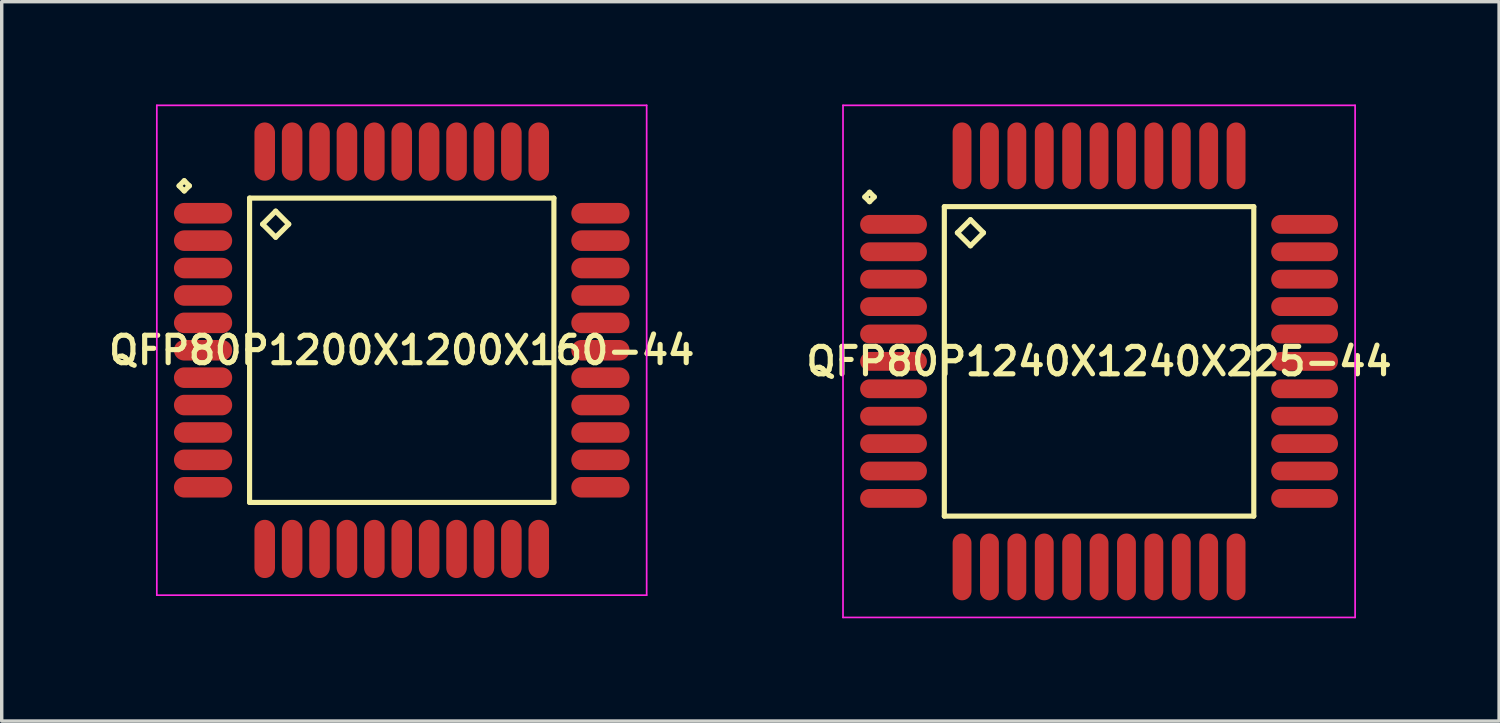
<source format=kicad_pcb>
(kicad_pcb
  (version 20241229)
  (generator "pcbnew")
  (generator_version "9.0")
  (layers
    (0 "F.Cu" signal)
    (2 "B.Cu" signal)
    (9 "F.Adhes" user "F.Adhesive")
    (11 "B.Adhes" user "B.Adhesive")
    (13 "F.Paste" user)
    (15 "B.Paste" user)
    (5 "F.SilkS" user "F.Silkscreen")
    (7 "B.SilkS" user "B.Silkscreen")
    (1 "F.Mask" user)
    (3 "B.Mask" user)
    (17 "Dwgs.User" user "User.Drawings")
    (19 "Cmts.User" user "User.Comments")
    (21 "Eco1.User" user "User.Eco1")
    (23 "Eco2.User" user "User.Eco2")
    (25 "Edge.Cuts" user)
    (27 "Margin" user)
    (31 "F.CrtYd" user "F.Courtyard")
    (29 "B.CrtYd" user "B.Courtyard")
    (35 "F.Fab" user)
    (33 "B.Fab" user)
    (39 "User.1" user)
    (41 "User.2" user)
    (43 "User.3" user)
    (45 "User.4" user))
  (footprint "QFP80P1240X1240X225-44"
    (layer "F.Cu")
    (at 29.035 7.5)
    (property "Reference" "QFP80P1240X1240X225-44" (at 0 0 0) (layer "F.SilkS") (effects (font (size 0.8 0.8) (thickness 0.15))))
    (attr smd)
    (fp_line (start -6.838 -4.8) (end -6.7 -4.938) (stroke (width 0.15) (type solid)) (layer "F.SilkS"))
    (fp_line (start -6.7 -4.938) (end -6.562 -4.8) (stroke (width 0.15) (type solid)) (layer "F.SilkS"))
    (fp_line (start -6.7 -4.662) (end -6.838 -4.8) (stroke (width 0.15) (type solid)) (layer "F.SilkS"))
    (fp_line (start -6.562 -4.8) (end -6.7 -4.662) (stroke (width 0.15) (type solid)) (layer "F.SilkS"))
    (fp_line (start -4.517 -4.517) (end -4.517 4.517) (stroke (width 0.15) (type solid)) (layer "F.SilkS"))
    (fp_line (start -4.517 4.517) (end 4.517 4.517) (stroke (width 0.15) (type solid)) (layer "F.SilkS"))
    (fp_line (start -4.136 -3.755) (end -3.755 -4.136) (stroke (width 0.15) (type solid)) (layer "F.SilkS"))
    (fp_line (start -3.755 -4.136) (end -3.374 -3.755) (stroke (width 0.15) (type solid)) (layer "F.SilkS"))
    (fp_line (start -3.755 -3.374) (end -4.136 -3.755) (stroke (width 0.15) (type solid)) (layer "F.SilkS"))
    (fp_line (start -3.374 -3.755) (end -3.755 -3.374) (stroke (width 0.15) (type solid)) (layer "F.SilkS"))
    (fp_line (start 4.517 -4.517) (end -4.517 -4.517) (stroke (width 0.15) (type solid)) (layer "F.SilkS"))
    (fp_line (start 4.517 4.517) (end 4.517 -4.517) (stroke (width 0.15) (type solid)) (layer "F.SilkS"))
    (fp_line (start -7.475 -7.475) (end 7.475 -7.475) (stroke (width 0.05) (type solid)) (layer "F.CrtYd"))
    (fp_line (start -7.475 7.475) (end -7.475 -7.475) (stroke (width 0.05) (type solid)) (layer "F.CrtYd"))
    (fp_line (start 7.475 -7.475) (end 7.475 7.475) (stroke (width 0.05) (type solid)) (layer "F.CrtYd"))
    (fp_line (start 7.475 7.475) (end -7.475 7.475) (stroke (width 0.05) (type solid)) (layer "F.CrtYd"))
    (pad "1" smd oval (at -6 -4) (size 1.95 0.55) (layers "F.Cu" "F.Mask" "F.Paste"))
    (pad "2" smd oval (at -6 -3.2) (size 1.95 0.55) (layers "F.Cu" "F.Mask" "F.Paste"))
    (pad "3" smd oval (at -6 -2.4) (size 1.95 0.55) (layers "F.Cu" "F.Mask" "F.Paste"))
    (pad "4" smd oval (at -6 -1.6) (size 1.95 0.55) (layers "F.Cu" "F.Mask" "F.Paste"))
    (pad "5" smd oval (at -6 -0.8) (size 1.95 0.55) (layers "F.Cu" "F.Mask" "F.Paste"))
    (pad "6" smd oval (at -6 0) (size 1.95 0.55) (layers "F.Cu" "F.Mask" "F.Paste"))
    (pad "7" smd oval (at -6 0.8) (size 1.95 0.55) (layers "F.Cu" "F.Mask" "F.Paste"))
    (pad "8" smd oval (at -6 1.6) (size 1.95 0.55) (layers "F.Cu" "F.Mask" "F.Paste"))
    (pad "9" smd oval (at -6 2.4) (size 1.95 0.55) (layers "F.Cu" "F.Mask" "F.Paste"))
    (pad "10" smd oval (at -6 3.2) (size 1.95 0.55) (layers "F.Cu" "F.Mask" "F.Paste"))
    (pad "11" smd oval (at -6 4) (size 1.95 0.55) (layers "F.Cu" "F.Mask" "F.Paste"))
    (pad "12" smd oval (at -4 6) (size 0.55 1.95) (layers "F.Cu" "F.Mask" "F.Paste"))
    (pad "13" smd oval (at -3.2 6) (size 0.55 1.95) (layers "F.Cu" "F.Mask" "F.Paste"))
    (pad "14" smd oval (at -2.4 6) (size 0.55 1.95) (layers "F.Cu" "F.Mask" "F.Paste"))
    (pad "15" smd oval (at -1.6 6) (size 0.55 1.95) (layers "F.Cu" "F.Mask" "F.Paste"))
    (pad "16" smd oval (at -0.8 6) (size 0.55 1.95) (layers "F.Cu" "F.Mask" "F.Paste"))
    (pad "17" smd oval (at 0 6) (size 0.55 1.95) (layers "F.Cu" "F.Mask" "F.Paste"))
    (pad "18" smd oval (at 0.8 6) (size 0.55 1.95) (layers "F.Cu" "F.Mask" "F.Paste"))
    (pad "19" smd oval (at 1.6 6) (size 0.55 1.95) (layers "F.Cu" "F.Mask" "F.Paste"))
    (pad "20" smd oval (at 2.4 6) (size 0.55 1.95) (layers "F.Cu" "F.Mask" "F.Paste"))
    (pad "21" smd oval (at 3.2 6) (size 0.55 1.95) (layers "F.Cu" "F.Mask" "F.Paste"))
    (pad "22" smd oval (at 4 6) (size 0.55 1.95) (layers "F.Cu" "F.Mask" "F.Paste"))
    (pad "23" smd oval (at 6 4) (size 1.95 0.55) (layers "F.Cu" "F.Mask" "F.Paste"))
    (pad "24" smd oval (at 6 3.2) (size 1.95 0.55) (layers "F.Cu" "F.Mask" "F.Paste"))
    (pad "25" smd oval (at 6 2.4) (size 1.95 0.55) (layers "F.Cu" "F.Mask" "F.Paste"))
    (pad "26" smd oval (at 6 1.6) (size 1.95 0.55) (layers "F.Cu" "F.Mask" "F.Paste"))
    (pad "27" smd oval (at 6 0.8) (size 1.95 0.55) (layers "F.Cu" "F.Mask" "F.Paste"))
    (pad "28" smd oval (at 6 0) (size 1.95 0.55) (layers "F.Cu" "F.Mask" "F.Paste"))
    (pad "29" smd oval (at 6 -0.8) (size 1.95 0.55) (layers "F.Cu" "F.Mask" "F.Paste"))
    (pad "30" smd oval (at 6 -1.6) (size 1.95 0.55) (layers "F.Cu" "F.Mask" "F.Paste"))
    (pad "31" smd oval (at 6 -2.4) (size 1.95 0.55) (layers "F.Cu" "F.Mask" "F.Paste"))
    (pad "32" smd oval (at 6 -3.2) (size 1.95 0.55) (layers "F.Cu" "F.Mask" "F.Paste"))
    (pad "33" smd oval (at 6 -4) (size 1.95 0.55) (layers "F.Cu" "F.Mask" "F.Paste"))
    (pad "34" smd oval (at 4 -6) (size 0.55 1.95) (layers "F.Cu" "F.Mask" "F.Paste"))
    (pad "35" smd oval (at 3.2 -6) (size 0.55 1.95) (layers "F.Cu" "F.Mask" "F.Paste"))
    (pad "36" smd oval (at 2.4 -6) (size 0.55 1.95) (layers "F.Cu" "F.Mask" "F.Paste"))
    (pad "37" smd oval (at 1.6 -6) (size 0.55 1.95) (layers "F.Cu" "F.Mask" "F.Paste"))
    (pad "38" smd oval (at 0.8 -6) (size 0.55 1.95) (layers "F.Cu" "F.Mask" "F.Paste"))
    (pad "39" smd oval (at 0 -6) (size 0.55 1.95) (layers "F.Cu" "F.Mask" "F.Paste"))
    (pad "40" smd oval (at -0.8 -6) (size 0.55 1.95) (layers "F.Cu" "F.Mask" "F.Paste"))
    (pad "41" smd oval (at -1.6 -6) (size 0.55 1.95) (layers "F.Cu" "F.Mask" "F.Paste"))
    (pad "42" smd oval (at -2.4 -6) (size 0.55 1.95) (layers "F.Cu" "F.Mask" "F.Paste"))
    (pad "43" smd oval (at -3.2 -6) (size 0.55 1.95) (layers "F.Cu" "F.Mask" "F.Paste"))
    (pad "44" smd oval (at -4 -6) (size 0.55 1.95) (layers "F.Cu" "F.Mask" "F.Paste")))
  (footprint "QFP80P1200X1200X160-44"
    (layer "F.Cu")
    (at 8.678 7.175)
    (property "Reference" "QFP80P1200X1200X160-44" (at 0 0 0) (layer "F.SilkS") (effects (font (size 0.8 0.8) (thickness 0.15))))
    (attr smd)
    (fp_line (start -6.5 -4.8) (end -6.35 -4.95) (stroke (width 0.15) (type solid)) (layer "F.SilkS"))
    (fp_line (start -6.35 -4.95) (end -6.2 -4.8) (stroke (width 0.15) (type solid)) (layer "F.SilkS"))
    (fp_line (start -6.35 -4.65) (end -6.5 -4.8) (stroke (width 0.15) (type solid)) (layer "F.SilkS"))
    (fp_line (start -6.2 -4.8) (end -6.35 -4.65) (stroke (width 0.15) (type solid)) (layer "F.SilkS"))
    (fp_line (start -4.442 -4.442) (end -4.442 4.442) (stroke (width 0.15) (type solid)) (layer "F.SilkS"))
    (fp_line (start -4.442 4.442) (end 4.442 4.442) (stroke (width 0.15) (type solid)) (layer "F.SilkS"))
    (fp_line (start -4.061 -3.68) (end -3.68 -4.061) (stroke (width 0.15) (type solid)) (layer "F.SilkS"))
    (fp_line (start -3.68 -4.061) (end -3.299 -3.68) (stroke (width 0.15) (type solid)) (layer "F.SilkS"))
    (fp_line (start -3.68 -3.299) (end -4.061 -3.68) (stroke (width 0.15) (type solid)) (layer "F.SilkS"))
    (fp_line (start -3.299 -3.68) (end -3.68 -3.299) (stroke (width 0.15) (type solid)) (layer "F.SilkS"))
    (fp_line (start 4.442 -4.442) (end -4.442 -4.442) (stroke (width 0.15) (type solid)) (layer "F.SilkS"))
    (fp_line (start 4.442 4.442) (end 4.442 -4.442) (stroke (width 0.15) (type solid)) (layer "F.SilkS"))
    (fp_line (start -7.15 -7.15) (end 7.15 -7.15) (stroke (width 0.05) (type solid)) (layer "F.CrtYd"))
    (fp_line (start -7.15 7.15) (end -7.15 -7.15) (stroke (width 0.05) (type solid)) (layer "F.CrtYd"))
    (fp_line (start 7.15 -7.15) (end 7.15 7.15) (stroke (width 0.05) (type solid)) (layer "F.CrtYd"))
    (fp_line (start 7.15 7.15) (end -7.15 7.15) (stroke (width 0.05) (type solid)) (layer "F.CrtYd"))
    (pad "1" smd oval (at -5.8 -4) (size 1.7 0.6) (layers "F.Cu" "F.Mask" "F.Paste"))
    (pad "2" smd oval (at -5.8 -3.2) (size 1.7 0.6) (layers "F.Cu" "F.Mask" "F.Paste"))
    (pad "3" smd oval (at -5.8 -2.4) (size 1.7 0.6) (layers "F.Cu" "F.Mask" "F.Paste"))
    (pad "4" smd oval (at -5.8 -1.6) (size 1.7 0.6) (layers "F.Cu" "F.Mask" "F.Paste"))
    (pad "5" smd oval (at -5.8 -0.8) (size 1.7 0.6) (layers "F.Cu" "F.Mask" "F.Paste"))
    (pad "6" smd oval (at -5.8 0) (size 1.7 0.6) (layers "F.Cu" "F.Mask" "F.Paste"))
    (pad "7" smd oval (at -5.8 0.8) (size 1.7 0.6) (layers "F.Cu" "F.Mask" "F.Paste"))
    (pad "8" smd oval (at -5.8 1.6) (size 1.7 0.6) (layers "F.Cu" "F.Mask" "F.Paste"))
    (pad "9" smd oval (at -5.8 2.4) (size 1.7 0.6) (layers "F.Cu" "F.Mask" "F.Paste"))
    (pad "10" smd oval (at -5.8 3.2) (size 1.7 0.6) (layers "F.Cu" "F.Mask" "F.Paste"))
    (pad "11" smd oval (at -5.8 4) (size 1.7 0.6) (layers "F.Cu" "F.Mask" "F.Paste"))
    (pad "12" smd oval (at -4 5.8) (size 0.6 1.7) (layers "F.Cu" "F.Mask" "F.Paste"))
    (pad "13" smd oval (at -3.2 5.8) (size 0.6 1.7) (layers "F.Cu" "F.Mask" "F.Paste"))
    (pad "14" smd oval (at -2.4 5.8) (size 0.6 1.7) (layers "F.Cu" "F.Mask" "F.Paste"))
    (pad "15" smd oval (at -1.6 5.8) (size 0.6 1.7) (layers "F.Cu" "F.Mask" "F.Paste"))
    (pad "16" smd oval (at -0.8 5.8) (size 0.6 1.7) (layers "F.Cu" "F.Mask" "F.Paste"))
    (pad "17" smd oval (at 0 5.8) (size 0.6 1.7) (layers "F.Cu" "F.Mask" "F.Paste"))
    (pad "18" smd oval (at 0.8 5.8) (size 0.6 1.7) (layers "F.Cu" "F.Mask" "F.Paste"))
    (pad "19" smd oval (at 1.6 5.8) (size 0.6 1.7) (layers "F.Cu" "F.Mask" "F.Paste"))
    (pad "20" smd oval (at 2.4 5.8) (size 0.6 1.7) (layers "F.Cu" "F.Mask" "F.Paste"))
    (pad "21" smd oval (at 3.2 5.8) (size 0.6 1.7) (layers "F.Cu" "F.Mask" "F.Paste"))
    (pad "22" smd oval (at 4 5.8) (size 0.6 1.7) (layers "F.Cu" "F.Mask" "F.Paste"))
    (pad "23" smd oval (at 5.8 4) (size 1.7 0.6) (layers "F.Cu" "F.Mask" "F.Paste"))
    (pad "24" smd oval (at 5.8 3.2) (size 1.7 0.6) (layers "F.Cu" "F.Mask" "F.Paste"))
    (pad "25" smd oval (at 5.8 2.4) (size 1.7 0.6) (layers "F.Cu" "F.Mask" "F.Paste"))
    (pad "26" smd oval (at 5.8 1.6) (size 1.7 0.6) (layers "F.Cu" "F.Mask" "F.Paste"))
    (pad "27" smd oval (at 5.8 0.8) (size 1.7 0.6) (layers "F.Cu" "F.Mask" "F.Paste"))
    (pad "28" smd oval (at 5.8 0) (size 1.7 0.6) (layers "F.Cu" "F.Mask" "F.Paste"))
    (pad "29" smd oval (at 5.8 -0.8) (size 1.7 0.6) (layers "F.Cu" "F.Mask" "F.Paste"))
    (pad "30" smd oval (at 5.8 -1.6) (size 1.7 0.6) (layers "F.Cu" "F.Mask" "F.Paste"))
    (pad "31" smd oval (at 5.8 -2.4) (size 1.7 0.6) (layers "F.Cu" "F.Mask" "F.Paste"))
    (pad "32" smd oval (at 5.8 -3.2) (size 1.7 0.6) (layers "F.Cu" "F.Mask" "F.Paste"))
    (pad "33" smd oval (at 5.8 -4) (size 1.7 0.6) (layers "F.Cu" "F.Mask" "F.Paste"))
    (pad "34" smd oval (at 4 -5.8) (size 0.6 1.7) (layers "F.Cu" "F.Mask" "F.Paste"))
    (pad "35" smd oval (at 3.2 -5.8) (size 0.6 1.7) (layers "F.Cu" "F.Mask" "F.Paste"))
    (pad "36" smd oval (at 2.4 -5.8) (size 0.6 1.7) (layers "F.Cu" "F.Mask" "F.Paste"))
    (pad "37" smd oval (at 1.6 -5.8) (size 0.6 1.7) (layers "F.Cu" "F.Mask" "F.Paste"))
    (pad "38" smd oval (at 0.8 -5.8) (size 0.6 1.7) (layers "F.Cu" "F.Mask" "F.Paste"))
    (pad "39" smd oval (at 0 -5.8) (size 0.6 1.7) (layers "F.Cu" "F.Mask" "F.Paste"))
    (pad "40" smd oval (at -0.8 -5.8) (size 0.6 1.7) (layers "F.Cu" "F.Mask" "F.Paste"))
    (pad "41" smd oval (at -1.6 -5.8) (size 0.6 1.7) (layers "F.Cu" "F.Mask" "F.Paste"))
    (pad "42" smd oval (at -2.4 -5.8) (size 0.6 1.7) (layers "F.Cu" "F.Mask" "F.Paste"))
    (pad "43" smd oval (at -3.2 -5.8) (size 0.6 1.7) (layers "F.Cu" "F.Mask" "F.Paste"))
    (pad "44" smd oval (at -4 -5.8) (size 0.6 1.7) (layers "F.Cu" "F.Mask" "F.Paste")))
  (gr_rect
    (start -3 -3)
    (end 40.713 18)
    (stroke (width 0.1) (type default))
    (fill no)
    (layer "Edge.Cuts")))
</source>
